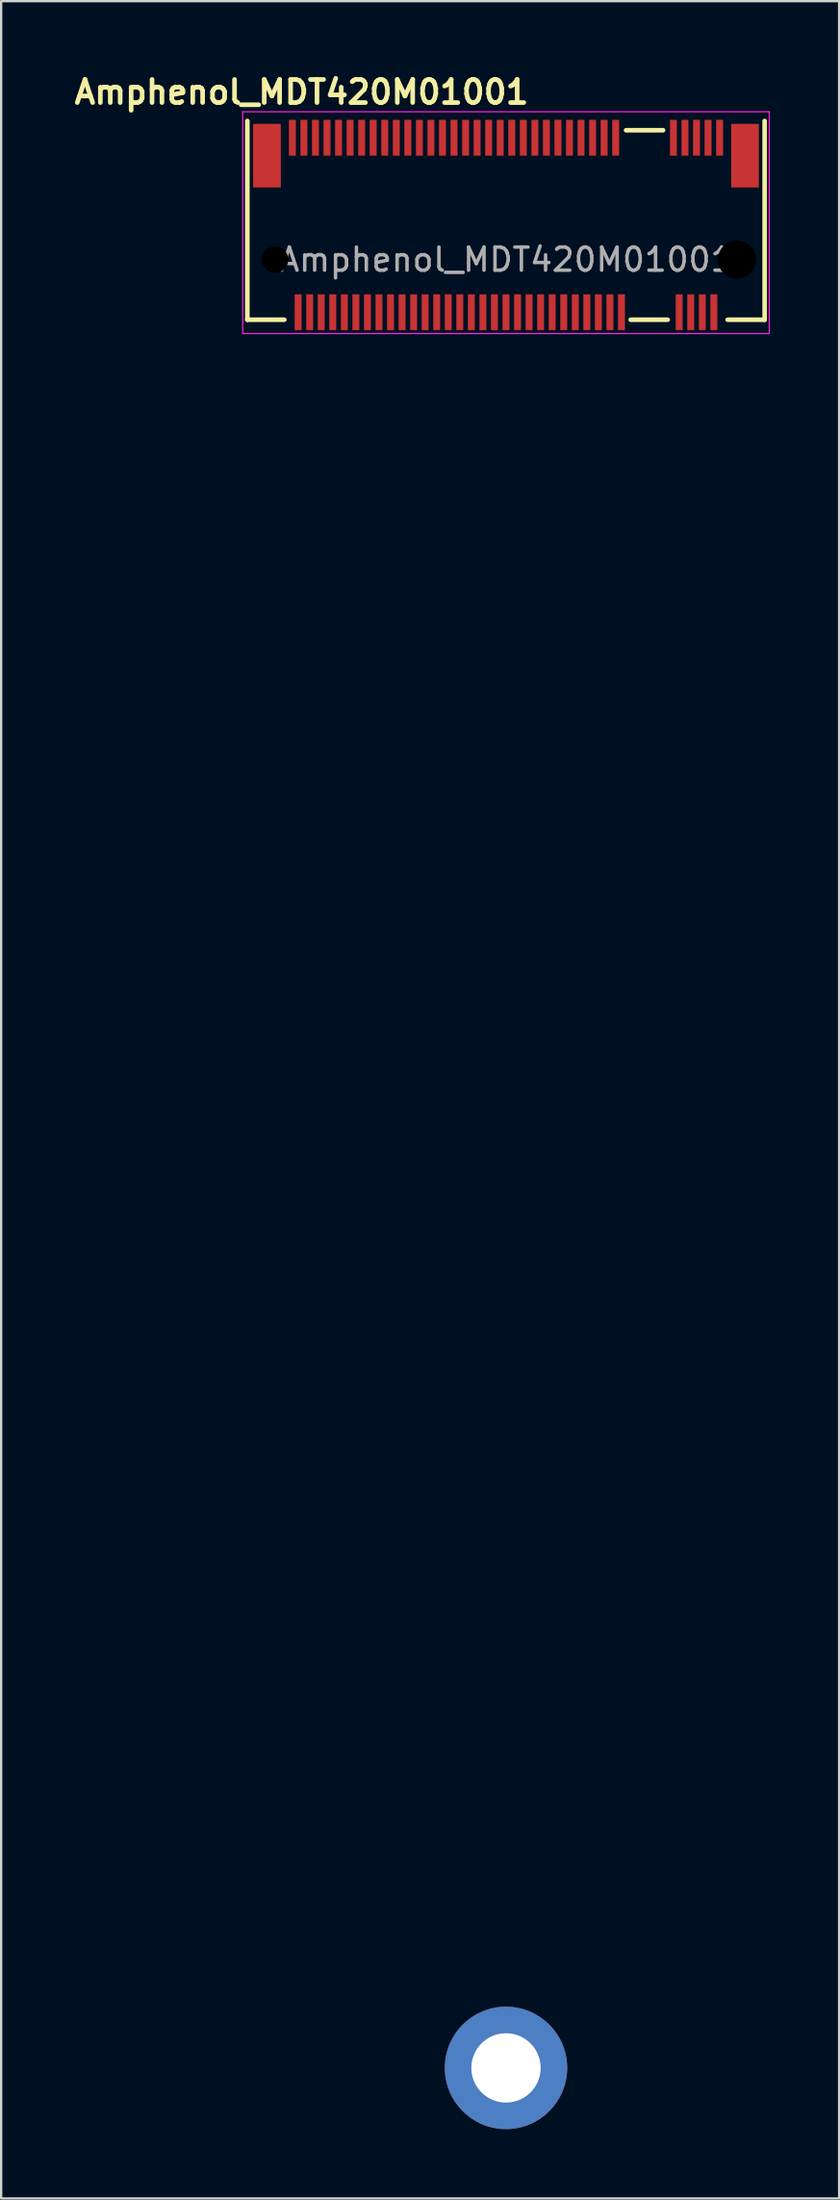
<source format=kicad_pcb>
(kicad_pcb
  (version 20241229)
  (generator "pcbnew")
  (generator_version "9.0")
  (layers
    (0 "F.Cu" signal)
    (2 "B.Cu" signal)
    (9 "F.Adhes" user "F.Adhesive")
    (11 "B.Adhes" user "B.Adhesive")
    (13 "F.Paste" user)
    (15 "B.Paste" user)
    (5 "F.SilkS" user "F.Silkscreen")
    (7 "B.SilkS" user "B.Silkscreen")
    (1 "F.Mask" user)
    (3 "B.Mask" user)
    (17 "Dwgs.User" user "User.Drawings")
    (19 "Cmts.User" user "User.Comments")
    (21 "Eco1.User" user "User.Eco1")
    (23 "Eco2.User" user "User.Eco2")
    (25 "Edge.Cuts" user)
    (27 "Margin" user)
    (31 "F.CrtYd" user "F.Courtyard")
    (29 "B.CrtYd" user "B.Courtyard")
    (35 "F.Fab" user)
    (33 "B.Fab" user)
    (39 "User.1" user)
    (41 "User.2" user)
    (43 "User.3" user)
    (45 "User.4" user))
  (footprint "Amphenol_MDT420M01001"
    (layer "F.Cu")
    (at 18.86 8.186)
    (property "Reference" "Amphenol_MDT420M01001" (at -8.85 -7.25 0) (unlocked yes) (layer "F.SilkS") (effects (font (size 1 1) (thickness 0.2) (bold yes))))
    (attr smd)
    (fp_line (start -11.2 -6) (end -11.2 2.6) (stroke (width 0.2) (type default)) (layer "F.SilkS"))
    (fp_line (start -9.6 2.6) (end -11.2 2.6) (stroke (width 0.2) (type default)) (layer "F.SilkS"))
    (fp_line (start 6.8 -5.6) (end 5.2 -5.6) (stroke (width 0.2) (type default)) (layer "F.SilkS"))
    (fp_line (start 7 2.6) (end 5.4 2.6) (stroke (width 0.2) (type default)) (layer "F.SilkS"))
    (fp_line (start 11.2 -6) (end 11.2 2.6) (stroke (width 0.2) (type default)) (layer "F.SilkS"))
    (fp_line (start 11.2 2.6) (end 9.6 2.6) (stroke (width 0.2) (type default)) (layer "F.SilkS"))
    (fp_line (start -11.4 -6.4) (end -11.4 3.2) (stroke (width 0.05) (type default)) (layer "F.CrtYd"))
    (fp_line (start -11.4 3.2) (end 11.4 3.2) (stroke (width 0.05) (type default)) (layer "F.CrtYd"))
    (fp_line (start 11.4 -6.4) (end -11.4 -6.4) (stroke (width 0.05) (type default)) (layer "F.CrtYd"))
    (fp_line (start 11.4 3.2) (end 11.4 -6.4) (stroke (width 0.05) (type default)) (layer "F.CrtYd"))
    (fp_text user "${REFERENCE}" (at 0 0 0) (unlocked yes) (layer "F.Fab") (effects (font (size 1 1) (thickness 0.15))))
    (pad "" np_thru_hole circle (at -10 0) (size 1.15 1.15) (drill 1.15) (layers "*.Mask"))
    (pad "" np_thru_hole circle (at 10 0) (size 1.65 1.65) (drill 1.65) (layers "*.Mask"))
    (pad "1" smd rect (at -10.35 -4.5) (size 1.2 2.75) (layers "F.Cu" "F.Mask" "F.Paste"))
    (pad "1" smd rect (at -9.25 -5.275) (size 0.3 1.55) (layers "F.Cu" "F.Mask" "F.Paste"))
    (pad "1" thru_hole circle (at 0 78.25) (size 5.3 5.3) (drill 3) (layers "*.Cu" "*.Mask"))
    (pad "1" smd rect (at 10.35 -4.5) (size 1.2 2.75) (layers "F.Cu" "F.Mask" "F.Paste"))
    (pad "2" smd rect (at -9 2.275) (size 0.3 1.55) (layers "F.Cu" "F.Mask" "F.Paste"))
    (pad "3" smd rect (at -8.75 -5.275) (size 0.3 1.55) (layers "F.Cu" "F.Mask" "F.Paste"))
    (pad "4" smd rect (at -8.5 2.275) (size 0.3 1.55) (layers "F.Cu" "F.Mask" "F.Paste"))
    (pad "5" smd rect (at -8.25 -5.275) (size 0.3 1.55) (layers "F.Cu" "F.Mask" "F.Paste"))
    (pad "6" smd rect (at -8 2.275) (size 0.3 1.55) (layers "F.Cu" "F.Mask" "F.Paste"))
    (pad "7" smd rect (at -7.75 -5.275) (size 0.3 1.55) (layers "F.Cu" "F.Mask" "F.Paste"))
    (pad "8" smd rect (at -7.5 2.275) (size 0.3 1.55) (layers "F.Cu" "F.Mask" "F.Paste"))
    (pad "9" smd rect (at -7.25 -5.275) (size 0.3 1.55) (layers "F.Cu" "F.Mask" "F.Paste"))
    (pad "10" smd rect (at -7 2.275) (size 0.3 1.55) (layers "F.Cu" "F.Mask" "F.Paste"))
    (pad "11" smd rect (at -6.75 -5.275) (size 0.3 1.55) (layers "F.Cu" "F.Mask" "F.Paste"))
    (pad "12" smd rect (at -6.5 2.275) (size 0.3 1.55) (layers "F.Cu" "F.Mask" "F.Paste"))
    (pad "13" smd rect (at -6.25 -5.275) (size 0.3 1.55) (layers "F.Cu" "F.Mask" "F.Paste"))
    (pad "14" smd rect (at -6 2.275) (size 0.3 1.55) (layers "F.Cu" "F.Mask" "F.Paste"))
    (pad "15" smd rect (at -5.75 -5.275) (size 0.3 1.55) (layers "F.Cu" "F.Mask" "F.Paste"))
    (pad "16" smd rect (at -5.5 2.275) (size 0.3 1.55) (layers "F.Cu" "F.Mask" "F.Paste"))
    (pad "17" smd rect (at -5.25 -5.275) (size 0.3 1.55) (layers "F.Cu" "F.Mask" "F.Paste"))
    (pad "18" smd rect (at -5 2.275) (size 0.3 1.55) (layers "F.Cu" "F.Mask" "F.Paste"))
    (pad "19" smd rect (at -4.75 -5.275) (size 0.3 1.55) (layers "F.Cu" "F.Mask" "F.Paste"))
    (pad "20" smd rect (at -4.5 2.275) (size 0.3 1.55) (layers "F.Cu" "F.Mask" "F.Paste"))
    (pad "21" smd rect (at -4.25 -5.275) (size 0.3 1.55) (layers "F.Cu" "F.Mask" "F.Paste"))
    (pad "22" smd rect (at -4 2.275) (size 0.3 1.55) (layers "F.Cu" "F.Mask" "F.Paste"))
    (pad "23" smd rect (at -3.75 -5.275) (size 0.3 1.55) (layers "F.Cu" "F.Mask" "F.Paste"))
    (pad "24" smd rect (at -3.5 2.275) (size 0.3 1.55) (layers "F.Cu" "F.Mask" "F.Paste"))
    (pad "25" smd rect (at -3.25 -5.275) (size 0.3 1.55) (layers "F.Cu" "F.Mask" "F.Paste"))
    (pad "26" smd rect (at -3 2.275) (size 0.3 1.55) (layers "F.Cu" "F.Mask" "F.Paste"))
    (pad "27" smd rect (at -2.75 -5.275) (size 0.3 1.55) (layers "F.Cu" "F.Mask" "F.Paste"))
    (pad "28" smd rect (at -2.5 2.275) (size 0.3 1.55) (layers "F.Cu" "F.Mask" "F.Paste"))
    (pad "29" smd rect (at -2.25 -5.275) (size 0.3 1.55) (layers "F.Cu" "F.Mask" "F.Paste"))
    (pad "30" smd rect (at -2 2.275) (size 0.3 1.55) (layers "F.Cu" "F.Mask" "F.Paste"))
    (pad "31" smd rect (at -1.75 -5.275) (size 0.3 1.55) (layers "F.Cu" "F.Mask" "F.Paste"))
    (pad "32" smd rect (at -1.5 2.275) (size 0.3 1.55) (layers "F.Cu" "F.Mask" "F.Paste"))
    (pad "33" smd rect (at -1.25 -5.275) (size 0.3 1.55) (layers "F.Cu" "F.Mask" "F.Paste"))
    (pad "34" smd rect (at -1 2.275) (size 0.3 1.55) (layers "F.Cu" "F.Mask" "F.Paste"))
    (pad "35" smd rect (at -0.75 -5.275) (size 0.3 1.55) (layers "F.Cu" "F.Mask" "F.Paste"))
    (pad "36" smd rect (at -0.5 2.275) (size 0.3 1.55) (layers "F.Cu" "F.Mask" "F.Paste"))
    (pad "37" smd rect (at -0.25 -5.275) (size 0.3 1.55) (layers "F.Cu" "F.Mask" "F.Paste"))
    (pad "38" smd rect (at 0 2.275) (size 0.3 1.55) (layers "F.Cu" "F.Mask" "F.Paste"))
    (pad "39" smd rect (at 0.25 -5.275) (size 0.3 1.55) (layers "F.Cu" "F.Mask" "F.Paste"))
    (pad "40" smd rect (at 0.5 2.275) (size 0.3 1.55) (layers "F.Cu" "F.Mask" "F.Paste"))
    (pad "41" smd rect (at 0.75 -5.275) (size 0.3 1.55) (layers "F.Cu" "F.Mask" "F.Paste"))
    (pad "42" smd rect (at 1 2.275) (size 0.3 1.55) (layers "F.Cu" "F.Mask" "F.Paste"))
    (pad "43" smd rect (at 1.25 -5.275) (size 0.3 1.55) (layers "F.Cu" "F.Mask" "F.Paste"))
    (pad "44" smd rect (at 1.5 2.275) (size 0.3 1.55) (layers "F.Cu" "F.Mask" "F.Paste"))
    (pad "45" smd rect (at 1.75 -5.275) (size 0.3 1.55) (layers "F.Cu" "F.Mask" "F.Paste"))
    (pad "46" smd rect (at 2 2.275) (size 0.3 1.55) (layers "F.Cu" "F.Mask" "F.Paste"))
    (pad "47" smd rect (at 2.25 -5.275) (size 0.3 1.55) (layers "F.Cu" "F.Mask" "F.Paste"))
    (pad "48" smd rect (at 2.5 2.275) (size 0.3 1.55) (layers "F.Cu" "F.Mask" "F.Paste"))
    (pad "49" smd rect (at 2.75 -5.275) (size 0.3 1.55) (layers "F.Cu" "F.Mask" "F.Paste"))
    (pad "50" smd rect (at 3 2.275) (size 0.3 1.55) (layers "F.Cu" "F.Mask" "F.Paste"))
    (pad "51" smd rect (at 3.25 -5.275) (size 0.3 1.55) (layers "F.Cu" "F.Mask" "F.Paste"))
    (pad "52" smd rect (at 3.5 2.275) (size 0.3 1.55) (layers "F.Cu" "F.Mask" "F.Paste"))
    (pad "53" smd rect (at 3.75 -5.275) (size 0.3 1.55) (layers "F.Cu" "F.Mask" "F.Paste"))
    (pad "54" smd rect (at 4 2.275) (size 0.3 1.55) (layers "F.Cu" "F.Mask" "F.Paste"))
    (pad "55" smd rect (at 4.25 -5.275) (size 0.3 1.55) (layers "F.Cu" "F.Mask" "F.Paste"))
    (pad "56" smd rect (at 4.5 2.275) (size 0.3 1.55) (layers "F.Cu" "F.Mask" "F.Paste"))
    (pad "57" smd rect (at 4.75 -5.275) (size 0.3 1.55) (layers "F.Cu" "F.Mask" "F.Paste"))
    (pad "58" smd rect (at 5 2.275) (size 0.3 1.55) (layers "F.Cu" "F.Mask" "F.Paste"))
    (pad "67" smd rect (at 7.25 -5.275) (size 0.3 1.55) (layers "F.Cu" "F.Mask" "F.Paste"))
    (pad "68" smd rect (at 7.5 2.275) (size 0.3 1.55) (layers "F.Cu" "F.Mask" "F.Paste"))
    (pad "69" smd rect (at 7.75 -5.275) (size 0.3 1.55) (layers "F.Cu" "F.Mask" "F.Paste"))
    (pad "70" smd rect (at 8 2.275) (size 0.3 1.55) (layers "F.Cu" "F.Mask" "F.Paste"))
    (pad "71" smd rect (at 8.25 -5.275) (size 0.3 1.55) (layers "F.Cu" "F.Mask" "F.Paste"))
    (pad "72" smd rect (at 8.5 2.275) (size 0.3 1.55) (layers "F.Cu" "F.Mask" "F.Paste"))
    (pad "73" smd rect (at 8.75 -5.275) (size 0.3 1.55) (layers "F.Cu" "F.Mask" "F.Paste"))
    (pad "74" smd rect (at 9 2.275) (size 0.3 1.55) (layers "F.Cu" "F.Mask" "F.Paste"))
    (pad "75" smd rect (at 9.25 -5.275) (size 0.3 1.55) (layers "F.Cu" "F.Mask" "F.Paste")))
  (gr_rect
    (start -3 -3)
    (end 33.285 92.086)
    (stroke (width 0.1) (type default))
    (fill no)
    (layer "Edge.Cuts")))
</source>
